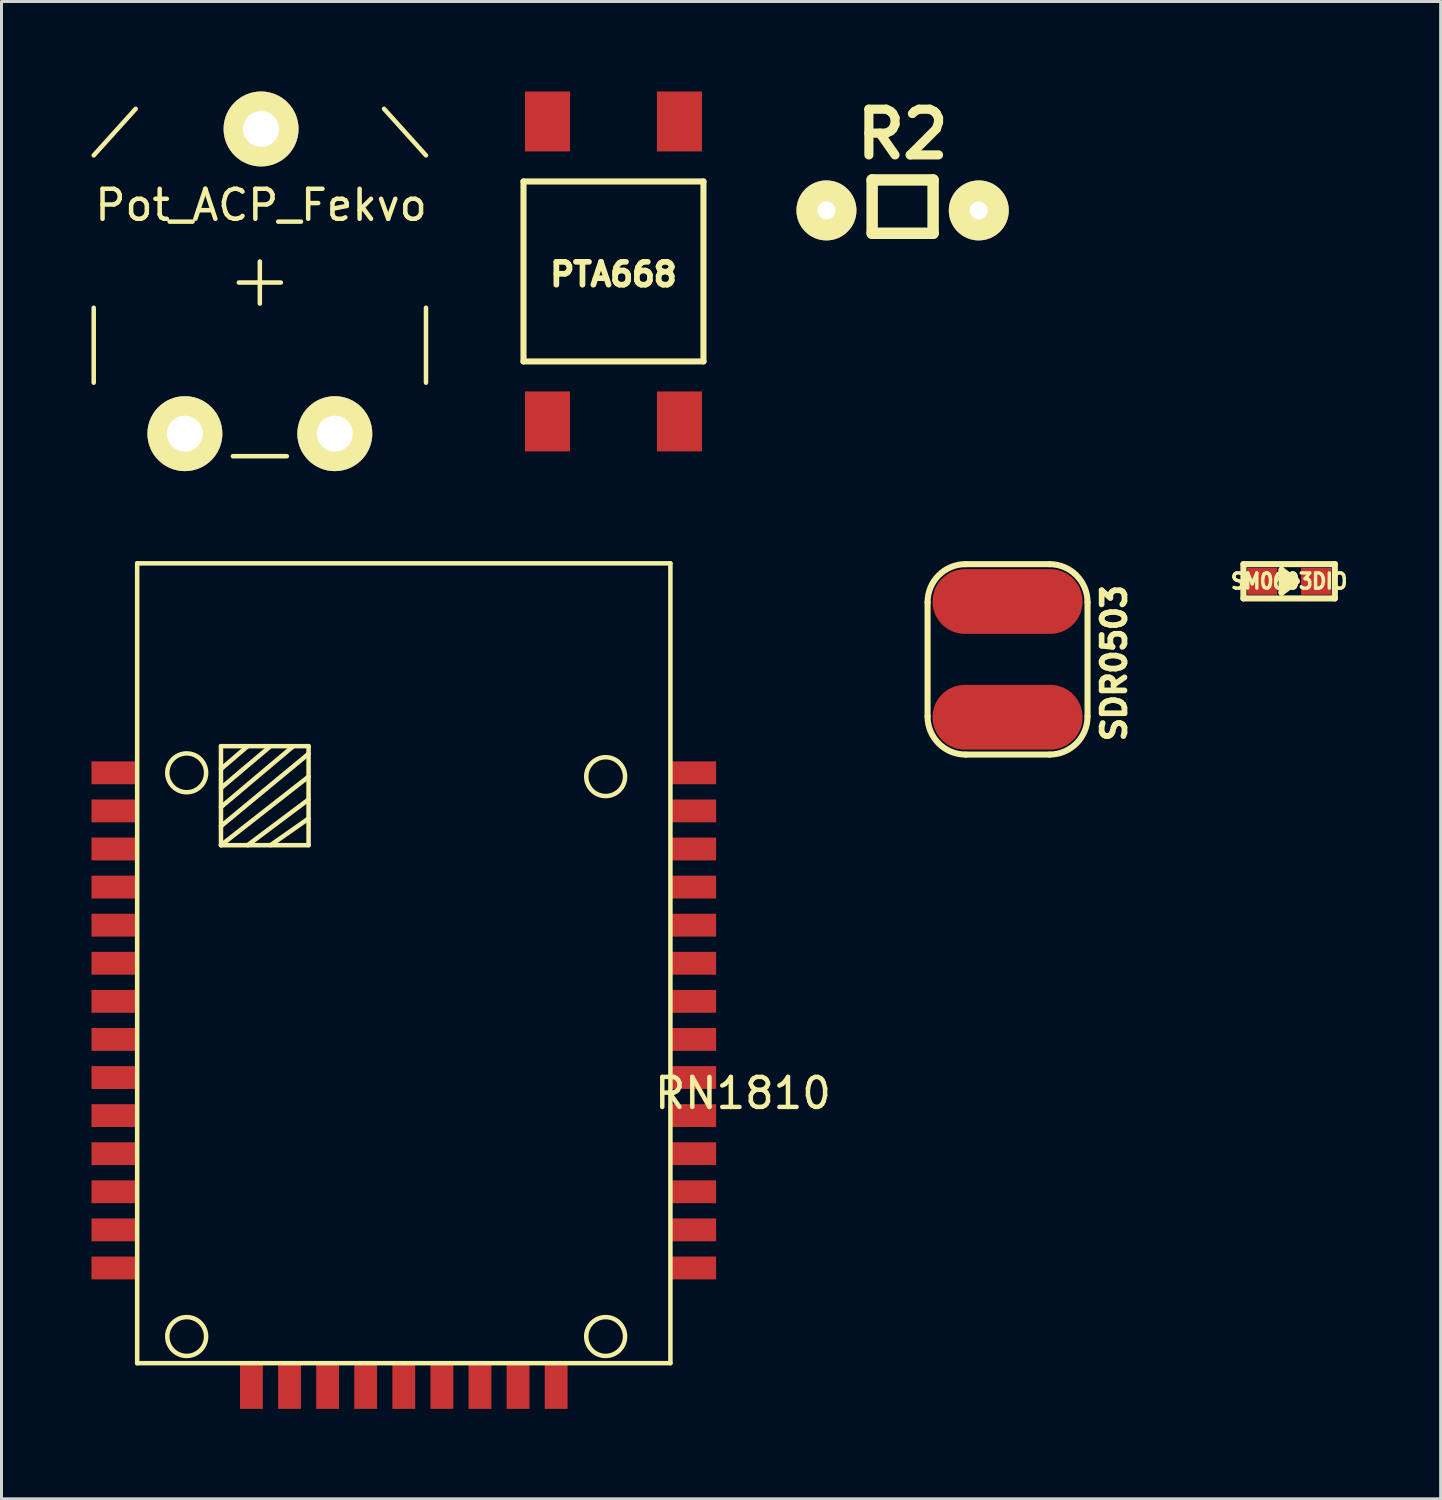
<source format=kicad_pcb>
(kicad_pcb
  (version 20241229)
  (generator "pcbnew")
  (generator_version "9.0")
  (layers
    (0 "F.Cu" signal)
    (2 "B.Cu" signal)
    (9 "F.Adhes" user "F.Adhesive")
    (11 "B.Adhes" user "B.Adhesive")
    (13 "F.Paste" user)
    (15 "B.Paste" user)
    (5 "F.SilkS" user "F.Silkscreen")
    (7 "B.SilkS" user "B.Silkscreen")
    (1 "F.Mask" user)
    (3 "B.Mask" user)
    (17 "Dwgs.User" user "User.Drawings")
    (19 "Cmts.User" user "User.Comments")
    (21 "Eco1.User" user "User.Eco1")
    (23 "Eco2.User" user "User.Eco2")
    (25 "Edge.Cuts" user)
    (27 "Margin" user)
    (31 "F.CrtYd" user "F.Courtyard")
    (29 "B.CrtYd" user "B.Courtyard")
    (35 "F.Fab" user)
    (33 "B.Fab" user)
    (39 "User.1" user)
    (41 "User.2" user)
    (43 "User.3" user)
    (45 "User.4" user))
  (footprint "RN1810"
    (layer "F.Cu")
    (at 1.524 42.404)
    (property "Reference" "RN1810" (at 20.2 -9 0) (layer "F.SilkS") (effects (font (size 1 1) (thickness 0.15))))
    (attr through_hole)
    (fp_line (start 0 -26.67) (end 17.78 -26.67) (stroke (width 0.15) (type solid)) (layer "F.SilkS"))
    (fp_line (start 0 0) (end 0 -26.67) (stroke (width 0.15) (type solid)) (layer "F.SilkS"))
    (fp_line (start 2.794 -20.574) (end 5.715 -20.574) (stroke (width 0.15) (type solid)) (layer "F.SilkS"))
    (fp_line (start 2.794 -19.812) (end 3.683 -20.574) (stroke (width 0.15) (type solid)) (layer "F.SilkS"))
    (fp_line (start 2.794 -19.177) (end 4.445 -20.574) (stroke (width 0.15) (type solid)) (layer "F.SilkS"))
    (fp_line (start 2.794 -18.542) (end 5.207 -20.574) (stroke (width 0.15) (type solid)) (layer "F.SilkS"))
    (fp_line (start 2.794 -17.907) (end 5.715 -20.32) (stroke (width 0.15) (type solid)) (layer "F.SilkS"))
    (fp_line (start 2.794 -17.272) (end 2.794 -20.574) (stroke (width 0.15) (type solid)) (layer "F.SilkS"))
    (fp_line (start 2.794 -17.272) (end 5.715 -19.558) (stroke (width 0.15) (type solid)) (layer "F.SilkS"))
    (fp_line (start 3.683 -17.272) (end 5.715 -18.796) (stroke (width 0.15) (type solid)) (layer "F.SilkS"))
    (fp_line (start 4.445 -17.272) (end 5.715 -18.161) (stroke (width 0.15) (type solid)) (layer "F.SilkS"))
    (fp_line (start 5.715 -20.574) (end 5.715 -17.272) (stroke (width 0.15) (type solid)) (layer "F.SilkS"))
    (fp_line (start 5.715 -17.272) (end 2.794 -17.272) (stroke (width 0.15) (type solid)) (layer "F.SilkS"))
    (fp_line (start 17.78 -26.67) (end 17.78 0) (stroke (width 0.15) (type solid)) (layer "F.SilkS"))
    (fp_line (start 17.78 0) (end 0 0) (stroke (width 0.15) (type solid)) (layer "F.SilkS"))
    (fp_circle (center 1.651 -19.685) (end 2.286 -19.812) (stroke (width 0.15) (type solid)) (fill no) (layer "F.SilkS"))
    (fp_circle (center 1.651 -0.889) (end 2.286 -1.016) (stroke (width 0.15) (type solid)) (fill no) (layer "F.SilkS"))
    (fp_circle (center 15.621 -19.558) (end 16.256 -19.685) (stroke (width 0.15) (type solid)) (fill no) (layer "F.SilkS"))
    (fp_circle (center 15.621 -0.889) (end 16.256 -1.016) (stroke (width 0.15) (type solid)) (fill no) (layer "F.SilkS"))
    (pad "1" smd rect (at -0.762 -19.685) (size 1.524 0.762) (layers "F.Cu" "F.Mask" "F.Paste"))
    (pad "2" smd rect (at -0.762 -18.415) (size 1.524 0.762) (layers "F.Cu" "F.Mask" "F.Paste"))
    (pad "3" smd rect (at -0.762 -17.145) (size 1.524 0.762) (layers "F.Cu" "F.Mask" "F.Paste"))
    (pad "4" smd rect (at -0.762 -15.875) (size 1.524 0.762) (layers "F.Cu" "F.Mask" "F.Paste"))
    (pad "5" smd rect (at -0.762 -14.605) (size 1.524 0.762) (layers "F.Cu" "F.Mask" "F.Paste"))
    (pad "6" smd rect (at -0.762 -13.335) (size 1.524 0.762) (layers "F.Cu" "F.Mask" "F.Paste"))
    (pad "7" smd rect (at -0.762 -12.065) (size 1.524 0.762) (layers "F.Cu" "F.Mask" "F.Paste"))
    (pad "8" smd rect (at -0.762 -10.795) (size 1.524 0.762) (layers "F.Cu" "F.Mask" "F.Paste"))
    (pad "9" smd rect (at -0.762 -9.525) (size 1.524 0.762) (layers "F.Cu" "F.Mask" "F.Paste"))
    (pad "10" smd rect (at -0.762 -8.255) (size 1.524 0.762) (layers "F.Cu" "F.Mask" "F.Paste"))
    (pad "11" smd rect (at -0.762 -6.985) (size 1.524 0.762) (layers "F.Cu" "F.Mask" "F.Paste"))
    (pad "12" smd rect (at -0.762 -5.715) (size 1.524 0.762) (layers "F.Cu" "F.Mask" "F.Paste"))
    (pad "13" smd rect (at -0.762 -4.445) (size 1.524 0.762) (layers "F.Cu" "F.Mask" "F.Paste"))
    (pad "14" smd rect (at -0.762 -3.175) (size 1.524 0.762) (layers "F.Cu" "F.Mask" "F.Paste"))
    (pad "15" smd rect (at 3.81 0.762 90) (size 1.524 0.762) (layers "F.Cu" "F.Mask" "F.Paste"))
    (pad "16" smd rect (at 5.08 0.762 90) (size 1.524 0.762) (layers "F.Cu" "F.Mask" "F.Paste"))
    (pad "17" smd rect (at 6.35 0.762 90) (size 1.524 0.762) (layers "F.Cu" "F.Mask" "F.Paste"))
    (pad "18" smd rect (at 7.62 0.762 90) (size 1.524 0.762) (layers "F.Cu" "F.Mask" "F.Paste"))
    (pad "19" smd rect (at 8.89 0.762 90) (size 1.524 0.762) (layers "F.Cu" "F.Mask" "F.Paste"))
    (pad "20" smd rect (at 10.16 0.762 90) (size 1.524 0.762) (layers "F.Cu" "F.Mask" "F.Paste"))
    (pad "21" smd rect (at 11.43 0.762 90) (size 1.524 0.762) (layers "F.Cu" "F.Mask" "F.Paste"))
    (pad "22" smd rect (at 12.7 0.762 90) (size 1.524 0.762) (layers "F.Cu" "F.Mask" "F.Paste"))
    (pad "23" smd rect (at 13.97 0.762 90) (size 1.524 0.762) (layers "F.Cu" "F.Mask" "F.Paste"))
    (pad "24" smd rect (at 18.542 -3.175) (size 1.524 0.762) (layers "F.Cu" "F.Mask" "F.Paste"))
    (pad "25" smd rect (at 18.542 -4.445) (size 1.524 0.762) (layers "F.Cu" "F.Mask" "F.Paste"))
    (pad "26" smd rect (at 18.542 -5.715) (size 1.524 0.762) (layers "F.Cu" "F.Mask" "F.Paste"))
    (pad "27" smd rect (at 18.542 -6.985) (size 1.524 0.762) (layers "F.Cu" "F.Mask" "F.Paste"))
    (pad "28" smd rect (at 18.542 -8.255) (size 1.524 0.762) (layers "F.Cu" "F.Mask" "F.Paste"))
    (pad "29" smd rect (at 18.542 -9.525) (size 1.524 0.762) (layers "F.Cu" "F.Mask" "F.Paste"))
    (pad "30" smd rect (at 18.542 -10.795) (size 1.524 0.762) (layers "F.Cu" "F.Mask" "F.Paste"))
    (pad "31" smd rect (at 18.542 -12.065) (size 1.524 0.762) (layers "F.Cu" "F.Mask" "F.Paste"))
    (pad "32" smd rect (at 18.542 -13.335) (size 1.524 0.762) (layers "F.Cu" "F.Mask" "F.Paste"))
    (pad "33" smd rect (at 18.542 -14.605) (size 1.524 0.762) (layers "F.Cu" "F.Mask" "F.Paste"))
    (pad "34" smd rect (at 18.542 -15.875) (size 1.524 0.762) (layers "F.Cu" "F.Mask" "F.Paste"))
    (pad "35" smd rect (at 18.542 -17.145) (size 1.524 0.762) (layers "F.Cu" "F.Mask" "F.Paste"))
    (pad "36" smd rect (at 18.542 -18.415) (size 1.524 0.762) (layers "F.Cu" "F.Mask" "F.Paste"))
    (pad "37" smd rect (at 18.542 -19.685) (size 1.524 0.762) (layers "F.Cu" "F.Mask" "F.Paste")))
  (footprint "Pot_ACP_Fekvo"
    (layer "F.Cu")
    (at 3.115 11.41)
    (property "Reference" "Pot_ACP_Fekvo" (at 2.54 -7.62 0) (layer "F.SilkS") (effects (font (size 1 1) (thickness 0.15))))
    (attr through_hole)
    (fp_line (start -3.04 -4.199) (end -3.04 -1.699) (stroke (width 0.15) (type solid)) (layer "F.SilkS"))
    (fp_line (start -1.641 -10.831) (end -3.04 -9.279) (stroke (width 0.15) (type solid)) (layer "F.SilkS"))
    (fp_line (start 1.6 0.752) (end 3.399 0.752) (stroke (width 0.15) (type solid)) (layer "F.SilkS"))
    (fp_line (start 1.798 -5.039) (end 3.2 -5.039) (stroke (width 0.15) (type solid)) (layer "F.SilkS"))
    (fp_line (start 2.499 -4.338) (end 2.499 -5.74) (stroke (width 0.15) (type solid)) (layer "F.SilkS"))
    (fp_line (start 6.64 -10.831) (end 8.039 -9.279) (stroke (width 0.15) (type solid)) (layer "F.SilkS"))
    (fp_line (start 8.039 -4.199) (end 8.039 -1.699) (stroke (width 0.15) (type solid)) (layer "F.SilkS"))
    (pad "1" thru_hole circle (at 0 0) (size 2.499 2.499) (drill 1.199) (layers "*.Cu" "*.Mask" "F.SilkS"))
    (pad "2" thru_hole circle (at 2.54 -10.16) (size 2.499 2.499) (drill 1.199) (layers "*.Cu" "*.Mask" "F.SilkS"))
    (pad "3" thru_hole circle (at 4.999 0) (size 2.499 2.499) (drill 1.199) (layers "*.Cu" "*.Mask" "F.SilkS")))
  (footprint "R2"
    (layer "F.Cu")
    (at 27.047 3.966)
    (property "Reference" "R2" (at 0 -2.54 0) (layer "F.SilkS") (effects (font (size 1.524 1.524) (thickness 0.305))))
    (attr through_hole)
    (fp_line (start -1.016 -1.016) (end -1.016 0.762) (stroke (width 0.381) (type solid)) (layer "F.SilkS"))
    (fp_line (start -1.016 0.762) (end 1.016 0.762) (stroke (width 0.381) (type solid)) (layer "F.SilkS"))
    (fp_line (start 1.016 -1.016) (end -1.016 -1.016) (stroke (width 0.381) (type solid)) (layer "F.SilkS"))
    (fp_line (start 1.016 0.762) (end 1.016 -1.016) (stroke (width 0.381) (type solid)) (layer "F.SilkS"))
    (pad "1" thru_hole circle (at -2.54 0) (size 2 2) (drill 0.6) (layers "*.Cu" "*.Mask" "F.SilkS"))
    (pad "2" thru_hole circle (at 2.54 0) (size 2 2) (drill 0.6) (layers "*.Cu" "*.Mask" "F.SilkS")))
  (footprint "PTA668"
    (layer "F.Cu")
    (at 17.406 6.001)
    (property "Reference" "PTA668" (at 0 0.099 0) (layer "F.SilkS") (effects (font (size 0.762 0.762) (thickness 0.191))))
    (attr through_hole)
    (fp_line (start -3 -3) (end 3 -3) (stroke (width 0.203) (type solid)) (layer "F.SilkS"))
    (fp_line (start -3 3) (end -3 -3) (stroke (width 0.203) (type solid)) (layer "F.SilkS"))
    (fp_line (start 3 -3) (end 3 3) (stroke (width 0.203) (type solid)) (layer "F.SilkS"))
    (fp_line (start 3 3) (end -3 3) (stroke (width 0.203) (type solid)) (layer "F.SilkS"))
    (pad "1" smd rect (at 2.2 -5.001) (size 1.501 1.999) (layers "F.Cu" "F.Mask" "F.Paste"))
    (pad "1" smd rect (at 2.2 5.001) (size 1.501 1.999) (layers "F.Cu" "F.Mask" "F.Paste"))
    (pad "2" smd rect (at -2.2 -5.001) (size 1.501 1.999) (layers "F.Cu" "F.Mask" "F.Paste"))
    (pad "2" smd rect (at -2.2 5.001) (size 1.501 1.999) (layers "F.Cu" "F.Mask" "F.Paste")))
  (footprint "SM0603DIO"
    (layer "F.Cu")
    (at 39.935 16.332)
    (property "Reference" "SM0603DIO" (at 0 0 0) (layer "F.SilkS") (effects (font (size 0.508 0.457) (thickness 0.114))))
    (attr smd)
    (fp_line (start -1.524 -0.572) (end -1.524 0.572) (stroke (width 0.203) (type solid)) (layer "F.SilkS"))
    (fp_line (start -1.524 0.572) (end 1.524 0.572) (stroke (width 0.203) (type solid)) (layer "F.SilkS"))
    (fp_line (start -0.254 -0.381) (end -0.254 0.381) (stroke (width 0.203) (type solid)) (layer "F.SilkS"))
    (fp_line (start -0.254 0.381) (end 0.254 0) (stroke (width 0.203) (type solid)) (layer "F.SilkS"))
    (fp_line (start -0.191 0) (end 0.127 0) (stroke (width 0.203) (type solid)) (layer "F.SilkS"))
    (fp_line (start 0.127 0) (end -0.191 0.191) (stroke (width 0.203) (type solid)) (layer "F.SilkS"))
    (fp_line (start 0.127 0) (end -0.127 -0.127) (stroke (width 0.203) (type solid)) (layer "F.SilkS"))
    (fp_line (start 0.254 0) (end -0.254 -0.381) (stroke (width 0.203) (type solid)) (layer "F.SilkS"))
    (fp_line (start 1.524 -0.572) (end -1.524 -0.572) (stroke (width 0.203) (type solid)) (layer "F.SilkS"))
    (fp_line (start 1.524 0.572) (end 1.524 -0.572) (stroke (width 0.203) (type solid)) (layer "F.SilkS"))
    (pad "1" smd rect (at -0.899 0) (size 1.001 0.899) (layers "F.Cu" "F.Mask" "F.Paste"))
    (pad "2" smd rect (at 0.899 0) (size 1.001 0.899) (layers "F.Cu" "F.Mask" "F.Paste")))
  (footprint "SDR0503"
    (layer "F.Cu")
    (at 30.546 18.936)
    (property "Reference" "SDR0503" (at 3.556 0.127 90) (layer "F.SilkS") (effects (font (size 0.762 0.762) (thickness 0.191))))
    (attr through_hole)
    (fp_line (start -2.667 -1.905) (end -2.667 1.905) (stroke (width 0.203) (type solid)) (layer "F.SilkS"))
    (fp_line (start -1.397 3.175) (end 1.397 3.175) (stroke (width 0.203) (type solid)) (layer "F.SilkS"))
    (fp_line (start 1.397 -3.175) (end -1.397 -3.175) (stroke (width 0.203) (type solid)) (layer "F.SilkS"))
    (fp_line (start 2.667 1.905) (end 2.667 -1.905) (stroke (width 0.203) (type solid)) (layer "F.SilkS"))
    (fp_arc (start -2.667 -1.905) (mid -2.295026 -2.803026) (end -1.397 -3.175) (stroke (width 0.2032) (type solid)) (layer "F.SilkS"))
    (fp_arc (start -1.397 3.175) (mid -2.295026 2.803026) (end -2.667 1.905) (stroke (width 0.2032) (type solid)) (layer "F.SilkS"))
    (fp_arc (start 1.397 -3.175) (mid 2.295026 -2.803026) (end 2.667 -1.905) (stroke (width 0.2032) (type solid)) (layer "F.SilkS"))
    (fp_arc (start 2.667 1.905) (mid 2.295026 2.803026) (end 1.397 3.175) (stroke (width 0.2032) (type solid)) (layer "F.SilkS"))
    (pad "1" smd oval (at 0 -1.93) (size 5.004 2.159) (layers "F.Cu" "F.Mask" "F.Paste"))
    (pad "2" smd oval (at 0 1.93) (size 5.004 2.159) (layers "F.Cu" "F.Mask" "F.Paste")))
  (gr_rect
    (start -3 -3)
    (end 44.987 46.928)
    (stroke (width 0.1) (type default))
    (fill no)
    (layer "Edge.Cuts")))
</source>
